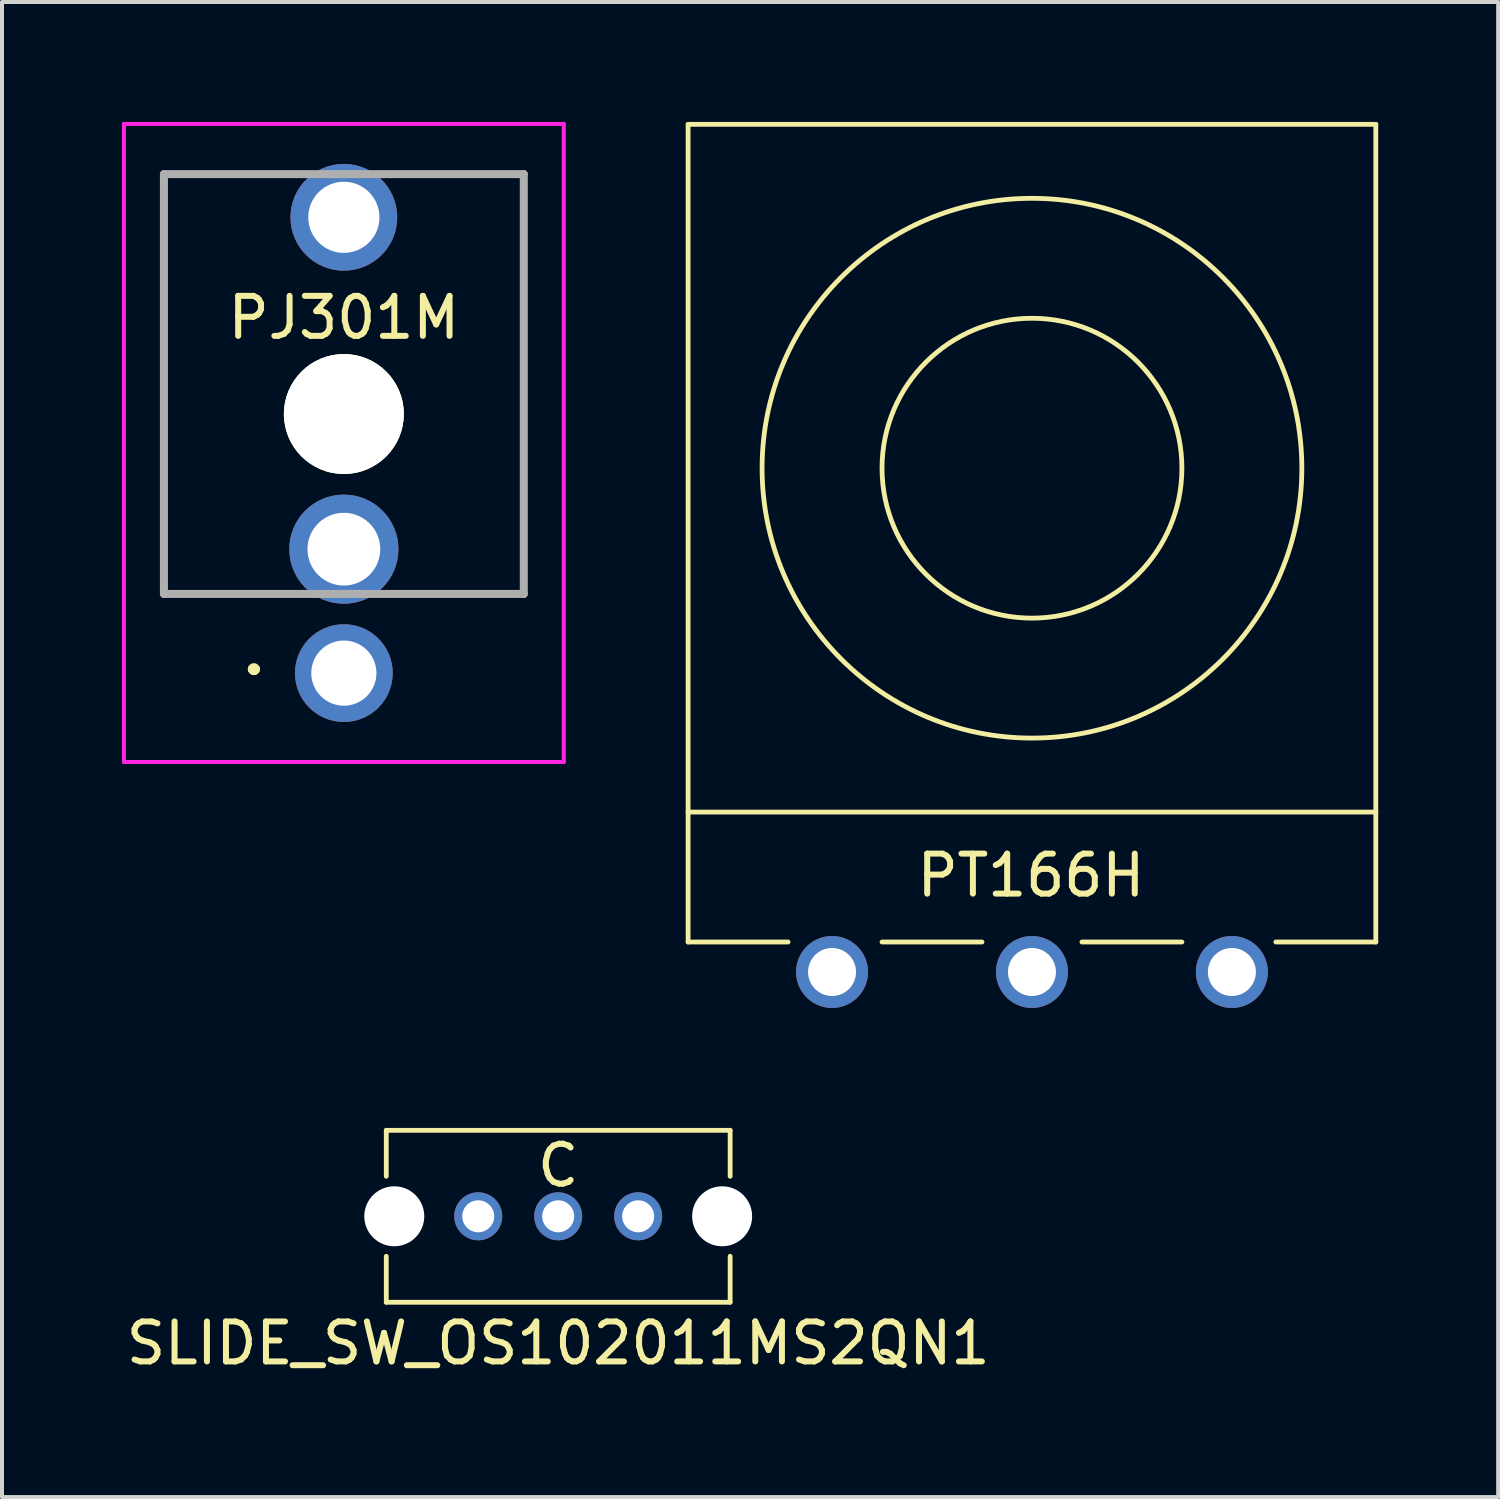
<source format=kicad_pcb>
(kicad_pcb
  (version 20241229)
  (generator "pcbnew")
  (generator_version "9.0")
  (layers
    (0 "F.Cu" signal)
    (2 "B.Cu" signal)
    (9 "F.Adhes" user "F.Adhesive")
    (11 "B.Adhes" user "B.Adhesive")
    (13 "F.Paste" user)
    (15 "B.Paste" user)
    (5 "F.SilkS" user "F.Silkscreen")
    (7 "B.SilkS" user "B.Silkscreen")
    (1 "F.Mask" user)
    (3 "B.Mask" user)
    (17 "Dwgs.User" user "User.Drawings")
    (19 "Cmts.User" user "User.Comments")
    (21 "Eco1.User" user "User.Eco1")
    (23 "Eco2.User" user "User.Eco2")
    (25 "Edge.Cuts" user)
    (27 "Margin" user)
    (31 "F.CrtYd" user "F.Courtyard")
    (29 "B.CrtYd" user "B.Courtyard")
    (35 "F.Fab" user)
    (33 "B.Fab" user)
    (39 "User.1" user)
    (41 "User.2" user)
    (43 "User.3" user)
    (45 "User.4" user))
  (footprint "PT166H"
    (layer "F.Cu")
    (at 22.76 8.66)
    (property "Reference" "PT166H" (at -0.025 10.185 0) (layer "F.SilkS") (effects (font (size 1 1) (thickness 0.15))))
    (attr through_hole)
    (fp_line (start -8.6 -8.6) (end -8.6 11.85) (stroke (width 0.12) (type solid)) (layer "F.SilkS"))
    (fp_line (start -8.6 -8.6) (end 8.6 -8.6) (stroke (width 0.12) (type solid)) (layer "F.SilkS"))
    (fp_line (start -8.6 8.6) (end 8.6 8.6) (stroke (width 0.12) (type solid)) (layer "F.SilkS"))
    (fp_line (start -8.6 11.85) (end -6.1 11.85) (stroke (width 0.12) (type solid)) (layer "F.SilkS"))
    (fp_line (start -3.75 11.85) (end -1.25 11.85) (stroke (width 0.12) (type solid)) (layer "F.SilkS"))
    (fp_line (start 1.25 11.85) (end 3.75 11.85) (stroke (width 0.12) (type solid)) (layer "F.SilkS"))
    (fp_line (start 6.1 11.85) (end 8.6 11.85) (stroke (width 0.12) (type solid)) (layer "F.SilkS"))
    (fp_line (start 8.6 -8.6) (end 8.6 11.85) (stroke (width 0.12) (type solid)) (layer "F.SilkS"))
    (fp_circle (center 0 0) (end 3.75 0) (stroke (width 0.12) (type solid)) (fill no) (layer "F.SilkS"))
    (fp_circle (center 0 0) (end 6.75 0) (stroke (width 0.12) (type solid)) (fill no) (layer "F.SilkS"))
    (pad "1" thru_hole circle (at -5 12.6) (size 1.8 1.8) (drill 1.2) (layers "*.Cu" "*.Mask"))
    (pad "2" thru_hole circle (at 0 12.6) (size 1.8 1.8) (drill 1.2) (layers "*.Cu" "*.Mask"))
    (pad "3" thru_hole circle (at 5 12.6) (size 1.8 1.8) (drill 1.2) (layers "*.Cu" "*.Mask")))
  (footprint "PJ301M"
    (layer "F.Cu")
    (at 5.55 13.785)
    (property "Reference" "PJ301M" (at 0 -8.89 0) (layer "F.SilkS") (effects (font (size 1 1) (thickness 0.15))))
    (attr through_hole)
    (fp_line (start -4.5 -12.48) (end -4.5 -12.48) (stroke (width 0.1) (type solid)) (layer "F.SilkS"))
    (fp_line (start -4.5 -12.48) (end -4.5 -12.48) (stroke (width 0.1) (type solid)) (layer "F.SilkS"))
    (fp_line (start -4.5 -12.48) (end -4.5 -1.98) (stroke (width 0.1) (type solid)) (layer "F.SilkS"))
    (fp_line (start -4.5 -12.48) (end -1.5 -12.48) (stroke (width 0.1) (type solid)) (layer "F.SilkS"))
    (fp_line (start -4.5 -1.98) (end -4.5 -12.48) (stroke (width 0.1) (type solid)) (layer "F.SilkS"))
    (fp_line (start -4.5 -1.98) (end -4.5 -1.98) (stroke (width 0.1) (type solid)) (layer "F.SilkS"))
    (fp_line (start -4.5 -1.98) (end -4.5 -1.98) (stroke (width 0.1) (type solid)) (layer "F.SilkS"))
    (fp_line (start -4.5 -1.98) (end -1.75 -1.98) (stroke (width 0.1) (type solid)) (layer "F.SilkS"))
    (fp_line (start -2.3 -0.1) (end -2.3 -0.1) (stroke (width 0.2) (type solid)) (layer "F.SilkS"))
    (fp_line (start -2.3 -0.1) (end -2.3 -0.1) (stroke (width 0.2) (type solid)) (layer "F.SilkS"))
    (fp_line (start -2.2 -0.1) (end -2.2 -0.1) (stroke (width 0.2) (type solid)) (layer "F.SilkS"))
    (fp_line (start -1.75 -1.98) (end -4.5 -1.98) (stroke (width 0.1) (type solid)) (layer "F.SilkS"))
    (fp_line (start -1.75 -1.98) (end -1.75 -1.98) (stroke (width 0.1) (type solid)) (layer "F.SilkS"))
    (fp_line (start -1.5 -12.48) (end -4.5 -12.48) (stroke (width 0.1) (type solid)) (layer "F.SilkS"))
    (fp_line (start -1.5 -12.48) (end -1.5 -12.48) (stroke (width 0.1) (type solid)) (layer "F.SilkS"))
    (fp_line (start 1.5 -12.48) (end 1.5 -12.48) (stroke (width 0.1) (type solid)) (layer "F.SilkS"))
    (fp_line (start 1.5 -12.48) (end 4.5 -12.48) (stroke (width 0.1) (type solid)) (layer "F.SilkS"))
    (fp_line (start 1.75 -2) (end 1.75 -2) (stroke (width 0.1) (type solid)) (layer "F.SilkS"))
    (fp_line (start 1.75 -2) (end 4.5 -2) (stroke (width 0.1) (type solid)) (layer "F.SilkS"))
    (fp_line (start 4.5 -12.48) (end 1.5 -12.48) (stroke (width 0.1) (type solid)) (layer "F.SilkS"))
    (fp_line (start 4.5 -12.48) (end 4.5 -12.48) (stroke (width 0.1) (type solid)) (layer "F.SilkS"))
    (fp_line (start 4.5 -12.48) (end 4.5 -12.48) (stroke (width 0.1) (type solid)) (layer "F.SilkS"))
    (fp_line (start 4.5 -12.48) (end 4.5 -1.98) (stroke (width 0.1) (type solid)) (layer "F.SilkS"))
    (fp_line (start 4.5 -2) (end 1.75 -2) (stroke (width 0.1) (type solid)) (layer "F.SilkS"))
    (fp_line (start 4.5 -2) (end 4.5 -2) (stroke (width 0.1) (type solid)) (layer "F.SilkS"))
    (fp_line (start 4.5 -1.98) (end 4.5 -12.48) (stroke (width 0.1) (type solid)) (layer "F.SilkS"))
    (fp_line (start 4.5 -1.98) (end 4.5 -1.98) (stroke (width 0.1) (type solid)) (layer "F.SilkS"))
    (fp_arc (start -2.3 -0.1) (mid -2.25 -0.15) (end -2.2 -0.1) (stroke (width 0.2) (type solid)) (layer "F.SilkS"))
    (fp_arc (start -2.2 -0.1) (mid -2.25 -0.05) (end -2.3 -0.1) (stroke (width 0.2) (type solid)) (layer "F.SilkS"))
    (fp_arc (start -2.2 -0.1) (mid -2.25 -0.05) (end -2.3 -0.1) (stroke (width 0.2) (type solid)) (layer "F.SilkS"))
    (fp_line (start -5.5 -13.735) (end 5.5 -13.735) (stroke (width 0.1) (type solid)) (layer "F.CrtYd"))
    (fp_line (start -5.5 2.223) (end -5.5 -13.735) (stroke (width 0.1) (type solid)) (layer "F.CrtYd"))
    (fp_line (start 5.5 -13.735) (end 5.5 2.223) (stroke (width 0.1) (type solid)) (layer "F.CrtYd"))
    (fp_line (start 5.5 2.223) (end -5.5 2.223) (stroke (width 0.1) (type solid)) (layer "F.CrtYd"))
    (fp_line (start -4.5 -12.48) (end -4.5 -1.98) (stroke (width 0.2) (type solid)) (layer "F.Fab"))
    (fp_line (start -4.5 -1.98) (end 4.5 -1.98) (stroke (width 0.2) (type solid)) (layer "F.Fab"))
    (fp_line (start 4.5 -12.48) (end -4.5 -12.48) (stroke (width 0.2) (type solid)) (layer "F.Fab"))
    (fp_line (start 4.5 -1.98) (end 4.5 -12.48) (stroke (width 0.2) (type solid)) (layer "F.Fab"))
    (pad "" np_thru_hole circle (at 0 -6.48) (size 3 3) (drill 3) (layers "*.Cu" "*.Mask" "F.SilkS"))
    (pad "S" thru_hole circle (at 0 0) (size 2.445 2.445) (drill 1.63) (layers "*.Cu" "*.Mask"))
    (pad "T" thru_hole circle (at 0 -11.4) (size 2.67 2.67) (drill 1.78) (layers "*.Cu" "*.Mask"))
    (pad "TN" thru_hole circle (at 0 -3.1) (size 2.73 2.73) (drill 1.82) (layers "*.Cu" "*.Mask")))
  (footprint "SLIDE_SW_OS102011MS2QN1"
    (layer "F.Cu")
    (at 10.911 27.37)
    (property "Reference" "SLIDE_SW_OS102011MS2QN1" (at 0 3.175 0) (layer "F.SilkS") (effects (font (size 1 1) (thickness 0.15))))
    (attr through_hole)
    (fp_line (start -4.3 -2.15) (end -4.3 -1) (stroke (width 0.12) (type solid)) (layer "F.SilkS"))
    (fp_line (start -4.3 -2.15) (end 4.3 -2.15) (stroke (width 0.12) (type solid)) (layer "F.SilkS"))
    (fp_line (start -4.3 2.15) (end -4.3 1) (stroke (width 0.12) (type solid)) (layer "F.SilkS"))
    (fp_line (start -4.3 2.15) (end 4.3 2.15) (stroke (width 0.12) (type solid)) (layer "F.SilkS"))
    (fp_line (start 4.3 -2.15) (end 4.3 -1) (stroke (width 0.12) (type solid)) (layer "F.SilkS"))
    (fp_line (start 4.3 2.15) (end 4.3 1) (stroke (width 0.12) (type solid)) (layer "F.SilkS"))
    (fp_text user "C" (at 0 -1.27 0) (layer "F.SilkS") (effects (font (size 1 1) (thickness 0.15))))
    (pad "" np_thru_hole circle (at -4.1 0) (size 1.5 1.5) (drill 1.5) (layers "*.Cu" "*.Mask"))
    (pad "" np_thru_hole circle (at 4.1 0) (size 1.5 1.5) (drill 1.5) (layers "*.Cu" "*.Mask"))
    (pad "1" thru_hole circle (at -2 0) (size 1.2 1.2) (drill 0.8) (layers "*.Cu" "*.Mask"))
    (pad "2" thru_hole circle (at 0 0) (size 1.2 1.2) (drill 0.8) (layers "*.Cu" "*.Mask"))
    (pad "3" thru_hole circle (at 2 0) (size 1.2 1.2) (drill 0.8) (layers "*.Cu" "*.Mask")))
  (gr_rect
    (start -3 -3)
    (end 34.42 34.393)
    (stroke (width 0.1) (type default))
    (fill no)
    (layer "Edge.Cuts")))
</source>
